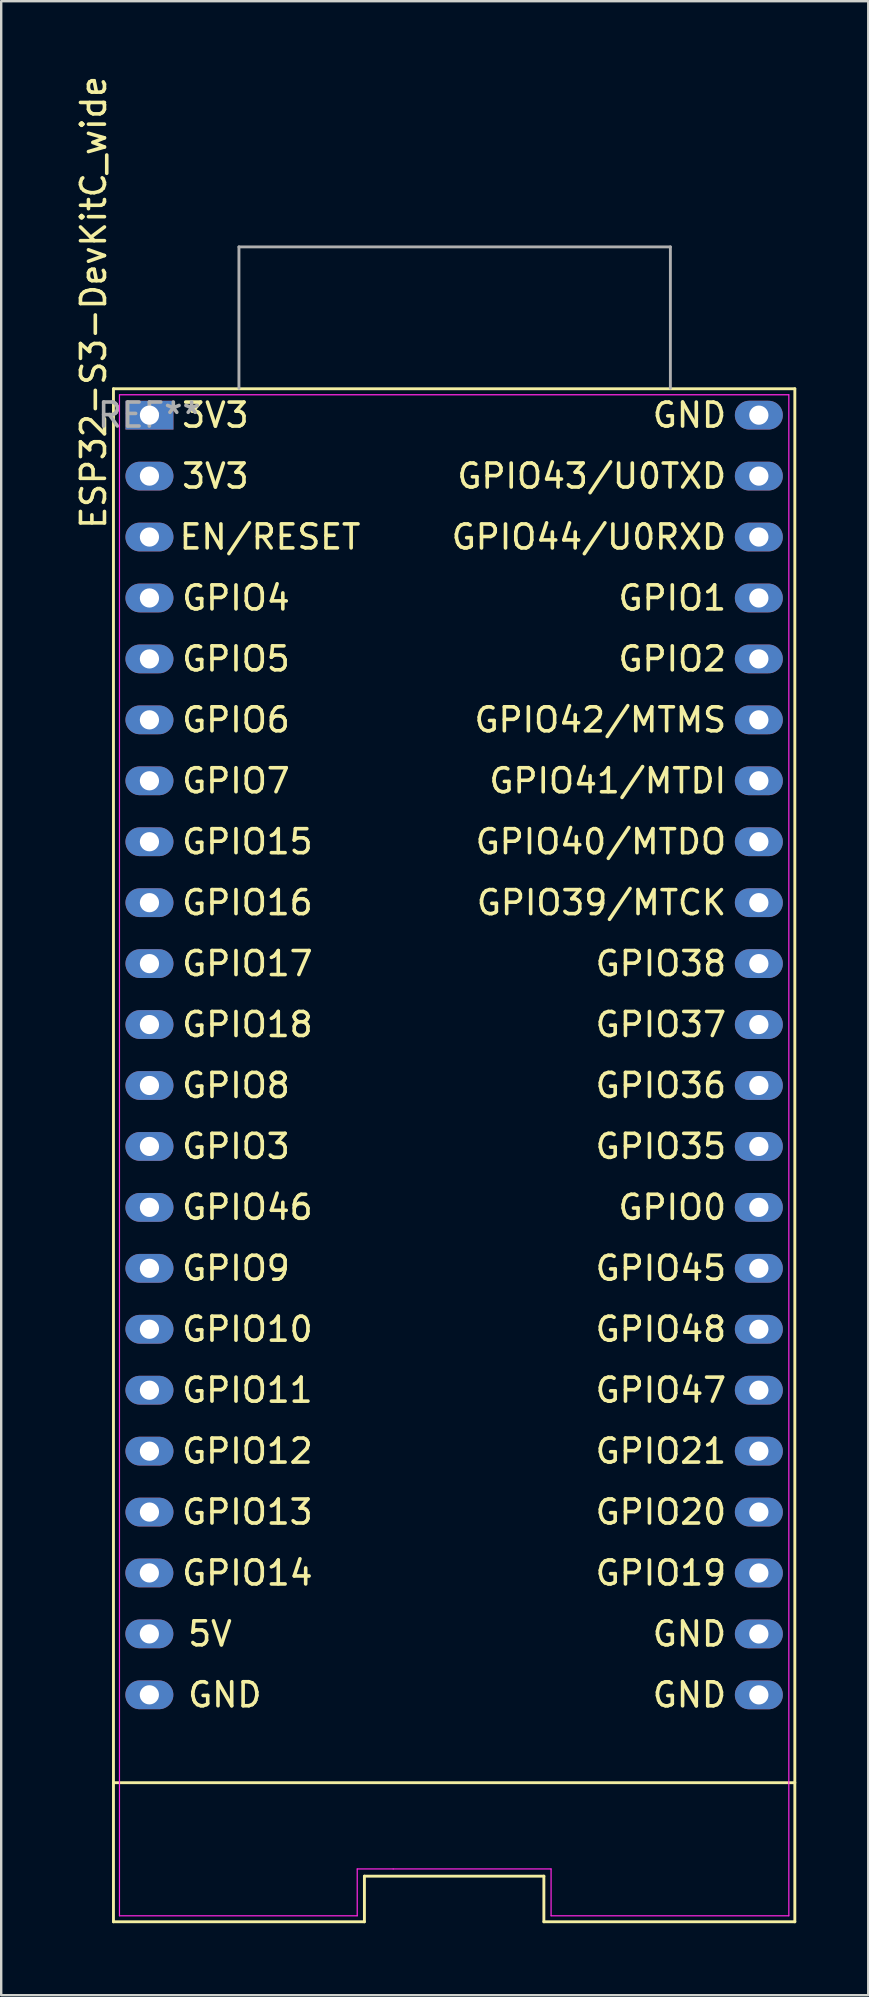
<source format=kicad_pcb>
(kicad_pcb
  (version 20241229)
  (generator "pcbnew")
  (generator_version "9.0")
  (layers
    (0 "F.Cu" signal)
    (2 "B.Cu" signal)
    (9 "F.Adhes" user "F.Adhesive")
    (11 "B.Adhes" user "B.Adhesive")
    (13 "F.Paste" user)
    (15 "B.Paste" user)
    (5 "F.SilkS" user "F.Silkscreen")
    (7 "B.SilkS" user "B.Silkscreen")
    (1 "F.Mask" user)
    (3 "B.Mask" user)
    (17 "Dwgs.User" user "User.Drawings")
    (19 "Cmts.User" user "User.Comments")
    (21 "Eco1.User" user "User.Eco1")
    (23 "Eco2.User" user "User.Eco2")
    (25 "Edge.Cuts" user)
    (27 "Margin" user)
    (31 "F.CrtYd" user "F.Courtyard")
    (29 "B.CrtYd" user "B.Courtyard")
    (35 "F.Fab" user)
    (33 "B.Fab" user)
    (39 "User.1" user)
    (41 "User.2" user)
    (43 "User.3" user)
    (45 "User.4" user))
  (footprint "ESP32-S3-DevKitC_wide"
    (layer "F.Cu")
    (at 3.179 14.254)
    (property "Reference" "ESP32-S3-DevKitC_wide" (at -2.33 -4.701 270) (layer "F.SilkS") (effects (font (size 1 1) (thickness 0.15))))
    (attr through_hole)
    (fp_line (start -1.5 57) (end 26.9 57) (stroke (width 0.12) (type solid)) (layer "F.SilkS"))
    (fp_line (start -1.5 62.797) (end 8.96 62.797) (stroke (width 0.12) (type default)) (layer "F.SilkS"))
    (fp_line (start -1.5 -1.1) (end -1.5 62.797) (stroke (width 0.12) (type solid)) (layer "F.SilkS"))
    (fp_line (start 8.96 60.895) (end 16.44 60.895) (stroke (width 0.12) (type default)) (layer "F.SilkS"))
    (fp_line (start 8.96 62.797) (end 8.96 60.895) (stroke (width 0.12) (type default)) (layer "F.SilkS"))
    (fp_line (start 16.44 62.797) (end 16.44 60.895) (stroke (width 0.12) (type default)) (layer "F.SilkS"))
    (fp_line (start 26.9 -1.1) (end -1.5 -1.1) (stroke (width 0.12) (type solid)) (layer "F.SilkS"))
    (fp_line (start 26.9 62.797) (end 16.44 62.797) (stroke (width 0.12) (type default)) (layer "F.SilkS"))
    (fp_line (start 26.9 62.797) (end 26.9 -1.1) (stroke (width 0.12) (type solid)) (layer "F.SilkS"))
    (fp_line (start -1.25 -0.85) (end 26.65 -0.85) (stroke (width 0.05) (type solid)) (layer "F.CrtYd"))
    (fp_line (start -1.25 62.547) (end -1.25 -0.85) (stroke (width 0.05) (type solid)) (layer "F.CrtYd"))
    (fp_line (start -1.25 62.547) (end 8.66 62.547) (stroke (width 0.05) (type default)) (layer "F.CrtYd"))
    (fp_line (start 8.66 62.547) (end 8.66 60.595) (stroke (width 0.05) (type default)) (layer "F.CrtYd"))
    (fp_line (start 10.16 60.595) (end 8.66 60.595) (stroke (width 0.05) (type default)) (layer "F.CrtYd"))
    (fp_line (start 10.16 60.595) (end 16.74 60.595) (stroke (width 0.05) (type default)) (layer "F.CrtYd"))
    (fp_line (start 16.74 60.595) (end 16.74 62.547) (stroke (width 0.05) (type default)) (layer "F.CrtYd"))
    (fp_line (start 26.65 -0.85) (end 26.65 62.547) (stroke (width 0.05) (type solid)) (layer "F.CrtYd"))
    (fp_line (start 26.65 62.547) (end 16.74 62.547) (stroke (width 0.05) (type default)) (layer "F.CrtYd"))
    (fp_line (start 3.73 -7.013) (end 21.713 -7.013) (stroke (width 0.12) (type solid)) (layer "F.Fab"))
    (fp_line (start 3.73 -1.12) (end 3.73 -7.013) (stroke (width 0.12) (type solid)) (layer "F.Fab"))
    (fp_line (start 21.713 -7.013) (end 21.713 -1.12) (stroke (width 0.12) (type solid)) (layer "F.Fab"))
    (fp_text user "GPIO38" (at 24.13 22.86 0) (unlocked yes) (layer "F.SilkS") (effects (font (size 1 1) (thickness 0.15)) (justify right)))
    (fp_text user "GPIO44/U0RXD" (at 24.13 5.08 0) (unlocked yes) (layer "F.SilkS") (effects (font (size 1 1) (thickness 0.15)) (justify right)))
    (fp_text user "GPIO12" (at 1.27 43.18 0) (unlocked yes) (layer "F.SilkS") (effects (font (size 1 1) (thickness 0.15)) (justify left)))
    (fp_text user "GPIO43/U0TXD" (at 24.13 2.54 0) (unlocked yes) (layer "F.SilkS") (effects (font (size 1 1) (thickness 0.15)) (justify right)))
    (fp_text user "GND" (at 24.13 0 0) (unlocked yes) (layer "F.SilkS") (effects (font (size 1 1) (thickness 0.15)) (justify right)))
    (fp_text user "GPIO6" (at 1.27 12.7 0) (unlocked yes) (layer "F.SilkS") (effects (font (size 1 1) (thickness 0.15)) (justify left)))
    (fp_text user "GPIO18" (at 1.27 25.4 0) (unlocked yes) (layer "F.SilkS") (effects (font (size 1 1) (thickness 0.15)) (justify left)))
    (fp_text user "GPIO3" (at 1.27 30.48 0) (unlocked yes) (layer "F.SilkS") (effects (font (size 1 1) (thickness 0.15)) (justify left)))
    (fp_text user "GPIO0" (at 24.13 33.02 0) (unlocked yes) (layer "F.SilkS") (effects (font (size 1 1) (thickness 0.15)) (justify right)))
    (fp_text user "GPIO10" (at 1.27 38.1 0) (unlocked yes) (layer "F.SilkS") (effects (font (size 1 1) (thickness 0.15)) (justify left)))
    (fp_text user "GPIO46" (at 1.27 33.02 0) (unlocked yes) (layer "F.SilkS") (effects (font (size 1 1) (thickness 0.15)) (justify left)))
    (fp_text user "GPIO17" (at 1.27 22.86 0) (unlocked yes) (layer "F.SilkS") (effects (font (size 1 1) (thickness 0.15)) (justify left)))
    (fp_text user "GPIO13" (at 1.27 45.72 0) (unlocked yes) (layer "F.SilkS") (effects (font (size 1 1) (thickness 0.15)) (justify left)))
    (fp_text user "GPIO37" (at 24.13 25.4 0) (unlocked yes) (layer "F.SilkS") (effects (font (size 1 1) (thickness 0.15)) (justify right)))
    (fp_text user "GPIO11" (at 1.27 40.64 0) (unlocked yes) (layer "F.SilkS") (effects (font (size 1 1) (thickness 0.15)) (justify left)))
    (fp_text user "GPIO47" (at 24.13 40.64 0) (unlocked yes) (layer "F.SilkS") (effects (font (size 1 1) (thickness 0.15)) (justify right)))
    (fp_text user "3V3" (at 1.27 0 0) (unlocked yes) (layer "F.SilkS") (effects (font (size 1 1) (thickness 0.15)) (justify left)))
    (fp_text user "GPIO35" (at 24.13 30.48 0) (unlocked yes) (layer "F.SilkS") (effects (font (size 1 1) (thickness 0.15)) (justify right)))
    (fp_text user "GPIO2" (at 24.13 10.16 0) (unlocked yes) (layer "F.SilkS") (effects (font (size 1 1) (thickness 0.15)) (justify right)))
    (fp_text user "GPIO45" (at 24.13 35.56 0) (unlocked yes) (layer "F.SilkS") (effects (font (size 1 1) (thickness 0.15)) (justify right)))
    (fp_text user "GPIO48" (at 24.13 38.1 0) (unlocked yes) (layer "F.SilkS") (effects (font (size 1 1) (thickness 0.15)) (justify right)))
    (fp_text user "3V3" (at 1.27 2.54 0) (unlocked yes) (layer "F.SilkS") (effects (font (size 1 1) (thickness 0.15)) (justify left)))
    (fp_text user "5V" (at 1.52 50.797 0) (unlocked yes) (layer "F.SilkS") (effects (font (size 1 1) (thickness 0.15)) (justify left)))
    (fp_text user "GPIO14" (at 1.27 48.26 0) (unlocked yes) (layer "F.SilkS") (effects (font (size 1 1) (thickness 0.15)) (justify left)))
    (fp_text user "GPIO5" (at 1.27 10.16 0) (unlocked yes) (layer "F.SilkS") (effects (font (size 1 1) (thickness 0.15)) (justify left)))
    (fp_text user "GND" (at 24.13 50.8 0) (unlocked yes) (layer "F.SilkS") (effects (font (size 1 1) (thickness 0.15)) (justify right)))
    (fp_text user "GPIO36" (at 24.13 27.94 0) (unlocked yes) (layer "F.SilkS") (effects (font (size 1 1) (thickness 0.15)) (justify right)))
    (fp_text user "GND" (at 24.13 53.34 0) (unlocked yes) (layer "F.SilkS") (effects (font (size 1 1) (thickness 0.15)) (justify right)))
    (fp_text user "GPIO9" (at 1.27 35.56 0) (unlocked yes) (layer "F.SilkS") (effects (font (size 1 1) (thickness 0.15)) (justify left)))
    (fp_text user "EN/RESET" (at 8.886 5.077 0) (unlocked yes) (layer "F.SilkS") (effects (font (size 1 1) (thickness 0.15)) (justify right)))
    (fp_text user "GPIO20" (at 24.13 45.72 0) (unlocked yes) (layer "F.SilkS") (effects (font (size 1 1) (thickness 0.15)) (justify right)))
    (fp_text user "GPIO41/MTDI" (at 24.13 15.24 0) (unlocked yes) (layer "F.SilkS") (effects (font (size 1 1) (thickness 0.15)) (justify right)))
    (fp_text user "GPIO39/MTCK" (at 24.13 20.32 0) (unlocked yes) (layer "F.SilkS") (effects (font (size 1 1) (thickness 0.15)) (justify right)))
    (fp_text user "GPIO40/MTDO" (at 24.13 17.78 0) (unlocked yes) (layer "F.SilkS") (effects (font (size 1 1) (thickness 0.15)) (justify right)))
    (fp_text user "GPIO8" (at 1.27 27.94 0) (unlocked yes) (layer "F.SilkS") (effects (font (size 1 1) (thickness 0.15)) (justify left)))
    (fp_text user "GND" (at 1.52 53.337 0) (unlocked yes) (layer "F.SilkS") (effects (font (size 1 1) (thickness 0.15)) (justify left)))
    (fp_text user "GPIO21" (at 24.13 43.18 0) (unlocked yes) (layer "F.SilkS") (effects (font (size 1 1) (thickness 0.15)) (justify right)))
    (fp_text user "GPIO15" (at 1.27 17.78 0) (unlocked yes) (layer "F.SilkS") (effects (font (size 1 1) (thickness 0.15)) (justify left)))
    (fp_text user "GPIO42/MTMS" (at 24.13 12.7 0) (unlocked yes) (layer "F.SilkS") (effects (font (size 1 1) (thickness 0.15)) (justify right)))
    (fp_text user "GPIO4" (at 1.27 7.62 0) (unlocked yes) (layer "F.SilkS") (effects (font (size 1 1) (thickness 0.15)) (justify left)))
    (fp_text user "GPIO19" (at 24.13 48.26 0) (unlocked yes) (layer "F.SilkS") (effects (font (size 1 1) (thickness 0.15)) (justify right)))
    (fp_text user "GPIO1" (at 24.13 7.62 0) (unlocked yes) (layer "F.SilkS") (effects (font (size 1 1) (thickness 0.15)) (justify right)))
    (fp_text user "GPIO7" (at 1.27 15.24 0) (unlocked yes) (layer "F.SilkS") (effects (font (size 1 1) (thickness 0.15)) (justify left)))
    (fp_text user "GPIO16" (at 1.27 20.32 0) (unlocked yes) (layer "F.SilkS") (effects (font (size 1 1) (thickness 0.15)) (justify left)))
    (fp_text user "REF**" (at -0.004 -0.003 180) (layer "F.Fab") (effects (font (size 1 1) (thickness 0.15))))
    (pad "1" thru_hole rect (at 0 0 270) (size 1.2 2) (drill 0.8) (layers "*.Cu" "*.Mask"))
    (pad "2" thru_hole oval (at 0 2.54 270) (size 1.2 2) (drill 0.8) (layers "*.Cu" "*.Mask"))
    (pad "3" thru_hole oval (at 0 5.08 270) (size 1.2 2) (drill 0.8) (layers "*.Cu" "*.Mask"))
    (pad "4" thru_hole oval (at 0 7.62 270) (size 1.2 2) (drill 0.8) (layers "*.Cu" "*.Mask"))
    (pad "5" thru_hole oval (at 0 10.16 270) (size 1.2 2) (drill 0.8) (layers "*.Cu" "*.Mask"))
    (pad "6" thru_hole oval (at 0 12.7 270) (size 1.2 2) (drill 0.8) (layers "*.Cu" "*.Mask"))
    (pad "7" thru_hole oval (at 0 15.24 270) (size 1.2 2) (drill 0.8) (layers "*.Cu" "*.Mask"))
    (pad "8" thru_hole oval (at 0 17.78 270) (size 1.2 2) (drill 0.8) (layers "*.Cu" "*.Mask"))
    (pad "9" thru_hole oval (at 0 20.32 270) (size 1.2 2) (drill 0.8) (layers "*.Cu" "*.Mask"))
    (pad "10" thru_hole oval (at 0 22.86 270) (size 1.2 2) (drill 0.8) (layers "*.Cu" "*.Mask"))
    (pad "11" thru_hole oval (at 0 25.4 270) (size 1.2 2) (drill 0.8) (layers "*.Cu" "*.Mask"))
    (pad "12" thru_hole oval (at 0 27.94 270) (size 1.2 2) (drill 0.8) (layers "*.Cu" "*.Mask"))
    (pad "13" thru_hole oval (at 0 30.48 270) (size 1.2 2) (drill 0.8) (layers "*.Cu" "*.Mask"))
    (pad "14" thru_hole oval (at 0 33.02 270) (size 1.2 2) (drill 0.8) (layers "*.Cu" "*.Mask"))
    (pad "15" thru_hole oval (at 0 35.56 270) (size 1.2 2) (drill 0.8) (layers "*.Cu" "*.Mask"))
    (pad "16" thru_hole oval (at 0 38.1 270) (size 1.2 2) (drill 0.8) (layers "*.Cu" "*.Mask"))
    (pad "17" thru_hole oval (at 0 40.64 270) (size 1.2 2) (drill 0.8) (layers "*.Cu" "*.Mask"))
    (pad "18" thru_hole oval (at 0 43.18 270) (size 1.2 2) (drill 0.8) (layers "*.Cu" "*.Mask"))
    (pad "19" thru_hole oval (at 0 45.72 270) (size 1.2 2) (drill 0.8) (layers "*.Cu" "*.Mask"))
    (pad "20" thru_hole oval (at -0.004 48.257 270) (size 1.2 2) (drill 0.8) (layers "*.Cu" "*.Mask"))
    (pad "21" thru_hole oval (at -0.004 50.797 270) (size 1.2 2) (drill 0.8) (layers "*.Cu" "*.Mask"))
    (pad "22" thru_hole oval (at -0.004 53.337 270) (size 1.2 2) (drill 0.8) (layers "*.Cu" "*.Mask"))
    (pad "23" thru_hole oval (at 25.4 53.34 270) (size 1.2 2) (drill 0.8) (layers "*.Cu" "*.Mask"))
    (pad "24" thru_hole oval (at 25.4 50.8 270) (size 1.2 2) (drill 0.8) (layers "*.Cu" "*.Mask"))
    (pad "25" thru_hole oval (at 25.4 48.26 270) (size 1.2 2) (drill 0.8) (layers "*.Cu" "*.Mask"))
    (pad "26" thru_hole oval (at 25.4 45.72 270) (size 1.2 2) (drill 0.8) (layers "*.Cu" "*.Mask"))
    (pad "27" thru_hole oval (at 25.4 43.18 270) (size 1.2 2) (drill 0.8) (layers "*.Cu" "*.Mask"))
    (pad "28" thru_hole oval (at 25.4 40.64 270) (size 1.2 2) (drill 0.8) (layers "*.Cu" "*.Mask"))
    (pad "29" thru_hole oval (at 25.4 38.1 270) (size 1.2 2) (drill 0.8) (layers "*.Cu" "*.Mask"))
    (pad "30" thru_hole oval (at 25.4 35.56 270) (size 1.2 2) (drill 0.8) (layers "*.Cu" "*.Mask"))
    (pad "31" thru_hole oval (at 25.4 33.02 270) (size 1.2 2) (drill 0.8) (layers "*.Cu" "*.Mask"))
    (pad "32" thru_hole oval (at 25.4 30.48 270) (size 1.2 2) (drill 0.8) (layers "*.Cu" "*.Mask"))
    (pad "33" thru_hole oval (at 25.4 27.94 270) (size 1.2 2) (drill 0.8) (layers "*.Cu" "*.Mask"))
    (pad "34" thru_hole oval (at 25.4 25.4 270) (size 1.2 2) (drill 0.8) (layers "*.Cu" "*.Mask"))
    (pad "35" thru_hole oval (at 25.4 22.86 270) (size 1.2 2) (drill 0.8) (layers "*.Cu" "*.Mask"))
    (pad "36" thru_hole oval (at 25.4 20.32 270) (size 1.2 2) (drill 0.8) (layers "*.Cu" "*.Mask"))
    (pad "37" thru_hole oval (at 25.4 17.78 270) (size 1.2 2) (drill 0.8) (layers "*.Cu" "*.Mask"))
    (pad "38" thru_hole oval (at 25.4 15.24 270) (size 1.2 2) (drill 0.8) (layers "*.Cu" "*.Mask"))
    (pad "39" thru_hole oval (at 25.4 12.7 270) (size 1.2 2) (drill 0.8) (layers "*.Cu" "*.Mask"))
    (pad "40" thru_hole oval (at 25.4 10.16 270) (size 1.2 2) (drill 0.8) (layers "*.Cu" "*.Mask"))
    (pad "41" thru_hole oval (at 25.4 7.62 270) (size 1.2 2) (drill 0.8) (layers "*.Cu" "*.Mask"))
    (pad "42" thru_hole oval (at 25.4 5.08 270) (size 1.2 2) (drill 0.8) (layers "*.Cu" "*.Mask"))
    (pad "43" thru_hole oval (at 25.4 2.54 270) (size 1.2 2) (drill 0.8) (layers "*.Cu" "*.Mask"))
    (pad "44" thru_hole oval (at 25.4 0 270) (size 1.2 2) (drill 0.8) (layers "*.Cu" "*.Mask")))
  (gr_rect
    (start -3 -3)
    (end 33.139 80.111)
    (stroke (width 0.1) (type default))
    (fill no)
    (layer "Edge.Cuts")))
</source>
